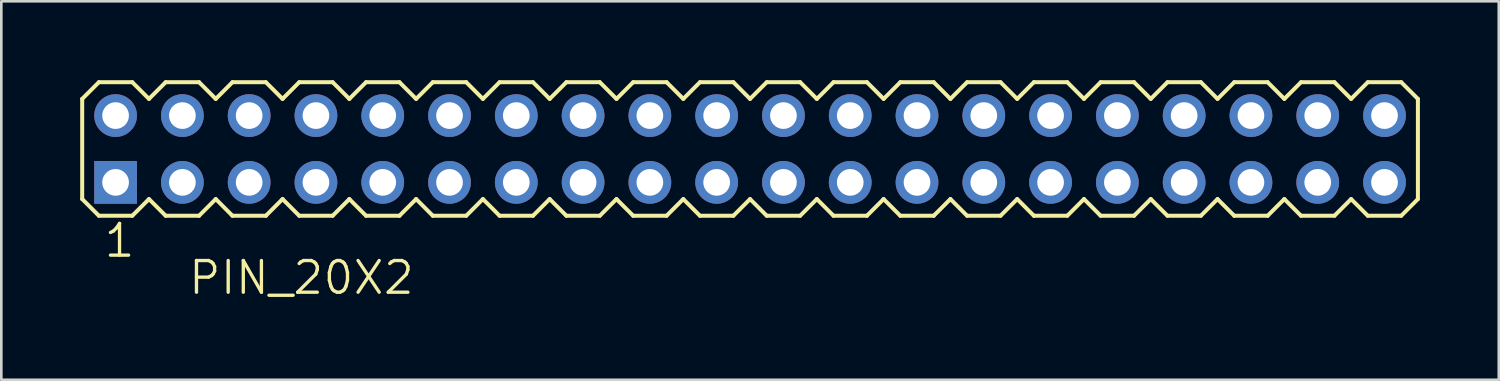
<source format=kicad_pcb>
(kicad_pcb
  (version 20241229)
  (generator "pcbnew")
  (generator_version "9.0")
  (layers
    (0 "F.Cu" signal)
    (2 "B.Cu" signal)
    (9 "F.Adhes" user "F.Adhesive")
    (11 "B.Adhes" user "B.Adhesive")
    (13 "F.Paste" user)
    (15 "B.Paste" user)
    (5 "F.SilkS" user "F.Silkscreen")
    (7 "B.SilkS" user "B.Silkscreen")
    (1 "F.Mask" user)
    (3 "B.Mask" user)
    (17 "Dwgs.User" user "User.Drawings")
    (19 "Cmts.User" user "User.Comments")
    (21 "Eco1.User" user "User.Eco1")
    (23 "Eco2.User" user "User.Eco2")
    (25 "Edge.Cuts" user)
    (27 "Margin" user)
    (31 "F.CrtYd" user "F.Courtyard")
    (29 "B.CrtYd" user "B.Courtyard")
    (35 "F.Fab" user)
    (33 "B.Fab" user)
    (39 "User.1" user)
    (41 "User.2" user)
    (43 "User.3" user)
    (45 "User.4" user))
  (footprint "PIN_20X2"
    (layer "F.Cu")
    (at 25.476 2.616)
    (property "Reference" "PIN_20X2" (at -12.7 4.191 0) (layer "F.SilkS") (effects (font (size 1.206 1.206) (thickness 0.127)) (justify right top)))
    (attr through_hole)
    (fp_line (start -25.4 -1.905) (end -25.4 1.905) (stroke (width 0.152) (type solid)) (layer "F.SilkS"))
    (fp_line (start -25.4 1.905) (end -24.765 2.54) (stroke (width 0.152) (type solid)) (layer "F.SilkS"))
    (fp_line (start -24.765 -2.54) (end -25.4 -1.905) (stroke (width 0.152) (type solid)) (layer "F.SilkS"))
    (fp_line (start -24.765 -2.54) (end -23.495 -2.54) (stroke (width 0.152) (type solid)) (layer "F.SilkS"))
    (fp_line (start -23.495 -2.54) (end -22.86 -1.905) (stroke (width 0.152) (type solid)) (layer "F.SilkS"))
    (fp_line (start -23.495 2.54) (end -24.765 2.54) (stroke (width 0.152) (type solid)) (layer "F.SilkS"))
    (fp_line (start -22.86 -1.905) (end -22.225 -2.54) (stroke (width 0.152) (type solid)) (layer "F.SilkS"))
    (fp_line (start -22.86 1.905) (end -23.495 2.54) (stroke (width 0.152) (type solid)) (layer "F.SilkS"))
    (fp_line (start -22.225 -2.54) (end -20.955 -2.54) (stroke (width 0.152) (type solid)) (layer "F.SilkS"))
    (fp_line (start -22.225 2.54) (end -22.86 1.905) (stroke (width 0.152) (type solid)) (layer "F.SilkS"))
    (fp_line (start -20.955 -2.54) (end -20.32 -1.905) (stroke (width 0.152) (type solid)) (layer "F.SilkS"))
    (fp_line (start -20.955 2.54) (end -22.225 2.54) (stroke (width 0.152) (type solid)) (layer "F.SilkS"))
    (fp_line (start -20.32 -1.905) (end -19.685 -2.54) (stroke (width 0.152) (type solid)) (layer "F.SilkS"))
    (fp_line (start -20.32 1.905) (end -20.955 2.54) (stroke (width 0.152) (type solid)) (layer "F.SilkS"))
    (fp_line (start -19.685 -2.54) (end -18.415 -2.54) (stroke (width 0.152) (type solid)) (layer "F.SilkS"))
    (fp_line (start -19.685 2.54) (end -20.32 1.905) (stroke (width 0.152) (type solid)) (layer "F.SilkS"))
    (fp_line (start -18.415 -2.54) (end -17.78 -1.905) (stroke (width 0.152) (type solid)) (layer "F.SilkS"))
    (fp_line (start -18.415 2.54) (end -19.685 2.54) (stroke (width 0.152) (type solid)) (layer "F.SilkS"))
    (fp_line (start -17.78 1.905) (end -18.415 2.54) (stroke (width 0.152) (type solid)) (layer "F.SilkS"))
    (fp_line (start -17.78 1.905) (end -17.145 2.54) (stroke (width 0.152) (type solid)) (layer "F.SilkS"))
    (fp_line (start -17.145 -2.54) (end -17.78 -1.905) (stroke (width 0.152) (type solid)) (layer "F.SilkS"))
    (fp_line (start -17.145 -2.54) (end -15.875 -2.54) (stroke (width 0.152) (type solid)) (layer "F.SilkS"))
    (fp_line (start -15.875 -2.54) (end -15.24 -1.905) (stroke (width 0.152) (type solid)) (layer "F.SilkS"))
    (fp_line (start -15.875 2.54) (end -17.145 2.54) (stroke (width 0.152) (type solid)) (layer "F.SilkS"))
    (fp_line (start -15.24 -1.905) (end -14.605 -2.54) (stroke (width 0.152) (type solid)) (layer "F.SilkS"))
    (fp_line (start -15.24 1.905) (end -15.875 2.54) (stroke (width 0.152) (type solid)) (layer "F.SilkS"))
    (fp_line (start -14.605 -2.54) (end -13.335 -2.54) (stroke (width 0.152) (type solid)) (layer "F.SilkS"))
    (fp_line (start -14.605 2.54) (end -15.24 1.905) (stroke (width 0.152) (type solid)) (layer "F.SilkS"))
    (fp_line (start -13.335 -2.54) (end -12.7 -1.905) (stroke (width 0.152) (type solid)) (layer "F.SilkS"))
    (fp_line (start -13.335 2.54) (end -14.605 2.54) (stroke (width 0.152) (type solid)) (layer "F.SilkS"))
    (fp_line (start -12.7 -1.905) (end -12.065 -2.54) (stroke (width 0.152) (type solid)) (layer "F.SilkS"))
    (fp_line (start -12.7 1.905) (end -13.335 2.54) (stroke (width 0.152) (type solid)) (layer "F.SilkS"))
    (fp_line (start -12.065 -2.54) (end -10.795 -2.54) (stroke (width 0.152) (type solid)) (layer "F.SilkS"))
    (fp_line (start -12.065 2.54) (end -12.7 1.905) (stroke (width 0.152) (type solid)) (layer "F.SilkS"))
    (fp_line (start -10.795 -2.54) (end -10.16 -1.905) (stroke (width 0.152) (type solid)) (layer "F.SilkS"))
    (fp_line (start -10.795 2.54) (end -12.065 2.54) (stroke (width 0.152) (type solid)) (layer "F.SilkS"))
    (fp_line (start -10.16 -1.905) (end -9.525 -2.54) (stroke (width 0.152) (type solid)) (layer "F.SilkS"))
    (fp_line (start -10.16 1.905) (end -10.795 2.54) (stroke (width 0.152) (type solid)) (layer "F.SilkS"))
    (fp_line (start -9.525 -2.54) (end -8.255 -2.54) (stroke (width 0.152) (type solid)) (layer "F.SilkS"))
    (fp_line (start -9.525 2.54) (end -10.16 1.905) (stroke (width 0.152) (type solid)) (layer "F.SilkS"))
    (fp_line (start -8.255 -2.54) (end -7.62 -1.905) (stroke (width 0.152) (type solid)) (layer "F.SilkS"))
    (fp_line (start -8.255 2.54) (end -9.525 2.54) (stroke (width 0.152) (type solid)) (layer "F.SilkS"))
    (fp_line (start -7.62 1.905) (end -8.255 2.54) (stroke (width 0.152) (type solid)) (layer "F.SilkS"))
    (fp_line (start -7.62 1.905) (end -6.985 2.54) (stroke (width 0.152) (type solid)) (layer "F.SilkS"))
    (fp_line (start -6.985 -2.54) (end -7.62 -1.905) (stroke (width 0.152) (type solid)) (layer "F.SilkS"))
    (fp_line (start -6.985 -2.54) (end -5.715 -2.54) (stroke (width 0.152) (type solid)) (layer "F.SilkS"))
    (fp_line (start -5.715 -2.54) (end -5.08 -1.905) (stroke (width 0.152) (type solid)) (layer "F.SilkS"))
    (fp_line (start -5.715 2.54) (end -6.985 2.54) (stroke (width 0.152) (type solid)) (layer "F.SilkS"))
    (fp_line (start -5.08 -1.905) (end -4.445 -2.54) (stroke (width 0.152) (type solid)) (layer "F.SilkS"))
    (fp_line (start -5.08 1.905) (end -5.715 2.54) (stroke (width 0.152) (type solid)) (layer "F.SilkS"))
    (fp_line (start -4.445 -2.54) (end -3.175 -2.54) (stroke (width 0.152) (type solid)) (layer "F.SilkS"))
    (fp_line (start -4.445 2.54) (end -5.08 1.905) (stroke (width 0.152) (type solid)) (layer "F.SilkS"))
    (fp_line (start -3.175 -2.54) (end -2.54 -1.905) (stroke (width 0.152) (type solid)) (layer "F.SilkS"))
    (fp_line (start -3.175 2.54) (end -4.445 2.54) (stroke (width 0.152) (type solid)) (layer "F.SilkS"))
    (fp_line (start -2.54 -1.905) (end -1.905 -2.54) (stroke (width 0.152) (type solid)) (layer "F.SilkS"))
    (fp_line (start -2.54 1.905) (end -3.175 2.54) (stroke (width 0.152) (type solid)) (layer "F.SilkS"))
    (fp_line (start -1.905 -2.54) (end -0.635 -2.54) (stroke (width 0.152) (type solid)) (layer "F.SilkS"))
    (fp_line (start -1.905 2.54) (end -2.54 1.905) (stroke (width 0.152) (type solid)) (layer "F.SilkS"))
    (fp_line (start -0.635 -2.54) (end 0 -1.905) (stroke (width 0.152) (type solid)) (layer "F.SilkS"))
    (fp_line (start -0.635 2.54) (end -1.905 2.54) (stroke (width 0.152) (type solid)) (layer "F.SilkS"))
    (fp_line (start 0 1.905) (end -0.635 2.54) (stroke (width 0.152) (type solid)) (layer "F.SilkS"))
    (fp_line (start 0 1.905) (end 0.635 2.54) (stroke (width 0.152) (type solid)) (layer "F.SilkS"))
    (fp_line (start 0.635 -2.54) (end 0 -1.905) (stroke (width 0.152) (type solid)) (layer "F.SilkS"))
    (fp_line (start 0.635 -2.54) (end 1.905 -2.54) (stroke (width 0.152) (type solid)) (layer "F.SilkS"))
    (fp_line (start 1.905 -2.54) (end 2.54 -1.905) (stroke (width 0.152) (type solid)) (layer "F.SilkS"))
    (fp_line (start 1.905 2.54) (end 0.635 2.54) (stroke (width 0.152) (type solid)) (layer "F.SilkS"))
    (fp_line (start 2.54 -1.905) (end 3.175 -2.54) (stroke (width 0.152) (type solid)) (layer "F.SilkS"))
    (fp_line (start 2.54 1.905) (end 1.905 2.54) (stroke (width 0.152) (type solid)) (layer "F.SilkS"))
    (fp_line (start 3.175 -2.54) (end 4.445 -2.54) (stroke (width 0.152) (type solid)) (layer "F.SilkS"))
    (fp_line (start 3.175 2.54) (end 2.54 1.905) (stroke (width 0.152) (type solid)) (layer "F.SilkS"))
    (fp_line (start 4.445 -2.54) (end 5.08 -1.905) (stroke (width 0.152) (type solid)) (layer "F.SilkS"))
    (fp_line (start 4.445 2.54) (end 3.175 2.54) (stroke (width 0.152) (type solid)) (layer "F.SilkS"))
    (fp_line (start 5.08 -1.905) (end 5.715 -2.54) (stroke (width 0.152) (type solid)) (layer "F.SilkS"))
    (fp_line (start 5.08 1.905) (end 4.445 2.54) (stroke (width 0.152) (type solid)) (layer "F.SilkS"))
    (fp_line (start 5.715 -2.54) (end 6.985 -2.54) (stroke (width 0.152) (type solid)) (layer "F.SilkS"))
    (fp_line (start 5.715 2.54) (end 5.08 1.905) (stroke (width 0.152) (type solid)) (layer "F.SilkS"))
    (fp_line (start 6.985 -2.54) (end 7.62 -1.905) (stroke (width 0.152) (type solid)) (layer "F.SilkS"))
    (fp_line (start 6.985 2.54) (end 5.715 2.54) (stroke (width 0.152) (type solid)) (layer "F.SilkS"))
    (fp_line (start 7.62 -1.905) (end 8.255 -2.54) (stroke (width 0.152) (type solid)) (layer "F.SilkS"))
    (fp_line (start 7.62 1.905) (end 6.985 2.54) (stroke (width 0.152) (type solid)) (layer "F.SilkS"))
    (fp_line (start 8.255 -2.54) (end 9.525 -2.54) (stroke (width 0.152) (type solid)) (layer "F.SilkS"))
    (fp_line (start 8.255 2.54) (end 7.62 1.905) (stroke (width 0.152) (type solid)) (layer "F.SilkS"))
    (fp_line (start 9.525 -2.54) (end 10.16 -1.905) (stroke (width 0.152) (type solid)) (layer "F.SilkS"))
    (fp_line (start 9.525 2.54) (end 8.255 2.54) (stroke (width 0.152) (type solid)) (layer "F.SilkS"))
    (fp_line (start 10.16 1.905) (end 9.525 2.54) (stroke (width 0.152) (type solid)) (layer "F.SilkS"))
    (fp_line (start 10.16 1.905) (end 10.795 2.54) (stroke (width 0.152) (type solid)) (layer "F.SilkS"))
    (fp_line (start 10.795 -2.54) (end 10.16 -1.905) (stroke (width 0.152) (type solid)) (layer "F.SilkS"))
    (fp_line (start 10.795 -2.54) (end 12.065 -2.54) (stroke (width 0.152) (type solid)) (layer "F.SilkS"))
    (fp_line (start 12.065 -2.54) (end 12.7 -1.905) (stroke (width 0.152) (type solid)) (layer "F.SilkS"))
    (fp_line (start 12.065 2.54) (end 10.795 2.54) (stroke (width 0.152) (type solid)) (layer "F.SilkS"))
    (fp_line (start 12.7 -1.905) (end 13.335 -2.54) (stroke (width 0.152) (type solid)) (layer "F.SilkS"))
    (fp_line (start 12.7 1.905) (end 12.065 2.54) (stroke (width 0.152) (type solid)) (layer "F.SilkS"))
    (fp_line (start 13.335 -2.54) (end 14.605 -2.54) (stroke (width 0.152) (type solid)) (layer "F.SilkS"))
    (fp_line (start 13.335 2.54) (end 12.7 1.905) (stroke (width 0.152) (type solid)) (layer "F.SilkS"))
    (fp_line (start 14.605 -2.54) (end 15.24 -1.905) (stroke (width 0.152) (type solid)) (layer "F.SilkS"))
    (fp_line (start 14.605 2.54) (end 13.335 2.54) (stroke (width 0.152) (type solid)) (layer "F.SilkS"))
    (fp_line (start 15.24 -1.905) (end 15.875 -2.54) (stroke (width 0.152) (type solid)) (layer "F.SilkS"))
    (fp_line (start 15.24 1.905) (end 14.605 2.54) (stroke (width 0.152) (type solid)) (layer "F.SilkS"))
    (fp_line (start 15.875 -2.54) (end 17.145 -2.54) (stroke (width 0.152) (type solid)) (layer "F.SilkS"))
    (fp_line (start 15.875 2.54) (end 15.24 1.905) (stroke (width 0.152) (type solid)) (layer "F.SilkS"))
    (fp_line (start 17.145 -2.54) (end 17.78 -1.905) (stroke (width 0.152) (type solid)) (layer "F.SilkS"))
    (fp_line (start 17.145 2.54) (end 15.875 2.54) (stroke (width 0.152) (type solid)) (layer "F.SilkS"))
    (fp_line (start 17.78 1.905) (end 17.145 2.54) (stroke (width 0.152) (type solid)) (layer "F.SilkS"))
    (fp_line (start 17.78 1.905) (end 18.415 2.54) (stroke (width 0.152) (type solid)) (layer "F.SilkS"))
    (fp_line (start 18.415 -2.54) (end 17.78 -1.905) (stroke (width 0.152) (type solid)) (layer "F.SilkS"))
    (fp_line (start 18.415 -2.54) (end 19.685 -2.54) (stroke (width 0.152) (type solid)) (layer "F.SilkS"))
    (fp_line (start 19.685 -2.54) (end 20.32 -1.905) (stroke (width 0.152) (type solid)) (layer "F.SilkS"))
    (fp_line (start 19.685 2.54) (end 18.415 2.54) (stroke (width 0.152) (type solid)) (layer "F.SilkS"))
    (fp_line (start 20.32 -1.905) (end 20.955 -2.54) (stroke (width 0.152) (type solid)) (layer "F.SilkS"))
    (fp_line (start 20.32 1.905) (end 19.685 2.54) (stroke (width 0.152) (type solid)) (layer "F.SilkS"))
    (fp_line (start 20.955 -2.54) (end 22.225 -2.54) (stroke (width 0.152) (type solid)) (layer "F.SilkS"))
    (fp_line (start 20.955 2.54) (end 20.32 1.905) (stroke (width 0.152) (type solid)) (layer "F.SilkS"))
    (fp_line (start 22.225 -2.54) (end 22.86 -1.905) (stroke (width 0.152) (type solid)) (layer "F.SilkS"))
    (fp_line (start 22.225 2.54) (end 20.955 2.54) (stroke (width 0.152) (type solid)) (layer "F.SilkS"))
    (fp_line (start 22.86 -1.905) (end 23.495 -2.54) (stroke (width 0.152) (type solid)) (layer "F.SilkS"))
    (fp_line (start 22.86 1.905) (end 22.225 2.54) (stroke (width 0.152) (type solid)) (layer "F.SilkS"))
    (fp_line (start 23.495 -2.54) (end 24.765 -2.54) (stroke (width 0.152) (type solid)) (layer "F.SilkS"))
    (fp_line (start 23.495 2.54) (end 22.86 1.905) (stroke (width 0.152) (type solid)) (layer "F.SilkS"))
    (fp_line (start 24.765 -2.54) (end 25.4 -1.905) (stroke (width 0.152) (type solid)) (layer "F.SilkS"))
    (fp_line (start 24.765 2.54) (end 23.495 2.54) (stroke (width 0.152) (type solid)) (layer "F.SilkS"))
    (fp_line (start 25.4 -1.905) (end 25.4 1.905) (stroke (width 0.152) (type solid)) (layer "F.SilkS"))
    (fp_line (start 25.4 1.905) (end 24.765 2.54) (stroke (width 0.152) (type solid)) (layer "F.SilkS"))
    (fp_poly (pts (xy -24.384 -1.016) (xy -23.876 -1.016) (xy -23.876 -1.524) (xy -24.384 -1.524)) (stroke (width 0.1) (type solid)) (fill no) (layer "F.Fab"))
    (fp_poly (pts (xy -24.384 1.524) (xy -23.876 1.524) (xy -23.876 1.016) (xy -24.384 1.016)) (stroke (width 0.1) (type solid)) (fill no) (layer "F.Fab"))
    (fp_poly (pts (xy -21.844 -1.016) (xy -21.336 -1.016) (xy -21.336 -1.524) (xy -21.844 -1.524)) (stroke (width 0.1) (type solid)) (fill no) (layer "F.Fab"))
    (fp_poly (pts (xy -21.844 1.524) (xy -21.336 1.524) (xy -21.336 1.016) (xy -21.844 1.016)) (stroke (width 0.1) (type solid)) (fill no) (layer "F.Fab"))
    (fp_poly (pts (xy -19.304 -1.016) (xy -18.796 -1.016) (xy -18.796 -1.524) (xy -19.304 -1.524)) (stroke (width 0.1) (type solid)) (fill no) (layer "F.Fab"))
    (fp_poly (pts (xy -19.304 1.524) (xy -18.796 1.524) (xy -18.796 1.016) (xy -19.304 1.016)) (stroke (width 0.1) (type solid)) (fill no) (layer "F.Fab"))
    (fp_poly (pts (xy -16.764 -1.016) (xy -16.256 -1.016) (xy -16.256 -1.524) (xy -16.764 -1.524)) (stroke (width 0.1) (type solid)) (fill no) (layer "F.Fab"))
    (fp_poly (pts (xy -16.764 1.524) (xy -16.256 1.524) (xy -16.256 1.016) (xy -16.764 1.016)) (stroke (width 0.1) (type solid)) (fill no) (layer "F.Fab"))
    (fp_poly (pts (xy -14.224 -1.016) (xy -13.716 -1.016) (xy -13.716 -1.524) (xy -14.224 -1.524)) (stroke (width 0.1) (type solid)) (fill no) (layer "F.Fab"))
    (fp_poly (pts (xy -14.224 1.524) (xy -13.716 1.524) (xy -13.716 1.016) (xy -14.224 1.016)) (stroke (width 0.1) (type solid)) (fill no) (layer "F.Fab"))
    (fp_poly (pts (xy -11.684 -1.016) (xy -11.176 -1.016) (xy -11.176 -1.524) (xy -11.684 -1.524)) (stroke (width 0.1) (type solid)) (fill no) (layer "F.Fab"))
    (fp_poly (pts (xy -11.684 1.524) (xy -11.176 1.524) (xy -11.176 1.016) (xy -11.684 1.016)) (stroke (width 0.1) (type solid)) (fill no) (layer "F.Fab"))
    (fp_poly (pts (xy -9.144 -1.016) (xy -8.636 -1.016) (xy -8.636 -1.524) (xy -9.144 -1.524)) (stroke (width 0.1) (type solid)) (fill no) (layer "F.Fab"))
    (fp_poly (pts (xy -9.144 1.524) (xy -8.636 1.524) (xy -8.636 1.016) (xy -9.144 1.016)) (stroke (width 0.1) (type solid)) (fill no) (layer "F.Fab"))
    (fp_poly (pts (xy -6.604 -1.016) (xy -6.096 -1.016) (xy -6.096 -1.524) (xy -6.604 -1.524)) (stroke (width 0.1) (type solid)) (fill no) (layer "F.Fab"))
    (fp_poly (pts (xy -6.604 1.524) (xy -6.096 1.524) (xy -6.096 1.016) (xy -6.604 1.016)) (stroke (width 0.1) (type solid)) (fill no) (layer "F.Fab"))
    (fp_poly (pts (xy -4.064 -1.016) (xy -3.556 -1.016) (xy -3.556 -1.524) (xy -4.064 -1.524)) (stroke (width 0.1) (type solid)) (fill no) (layer "F.Fab"))
    (fp_poly (pts (xy -4.064 1.524) (xy -3.556 1.524) (xy -3.556 1.016) (xy -4.064 1.016)) (stroke (width 0.1) (type solid)) (fill no) (layer "F.Fab"))
    (fp_poly (pts (xy -1.524 -1.016) (xy -1.016 -1.016) (xy -1.016 -1.524) (xy -1.524 -1.524)) (stroke (width 0.1) (type solid)) (fill no) (layer "F.Fab"))
    (fp_poly (pts (xy -1.524 1.524) (xy -1.016 1.524) (xy -1.016 1.016) (xy -1.524 1.016)) (stroke (width 0.1) (type solid)) (fill no) (layer "F.Fab"))
    (fp_poly (pts (xy 1.016 -1.016) (xy 1.524 -1.016) (xy 1.524 -1.524) (xy 1.016 -1.524)) (stroke (width 0.1) (type solid)) (fill no) (layer "F.Fab"))
    (fp_poly (pts (xy 1.016 1.524) (xy 1.524 1.524) (xy 1.524 1.016) (xy 1.016 1.016)) (stroke (width 0.1) (type solid)) (fill no) (layer "F.Fab"))
    (fp_poly (pts (xy 3.556 -1.016) (xy 4.064 -1.016) (xy 4.064 -1.524) (xy 3.556 -1.524)) (stroke (width 0.1) (type solid)) (fill no) (layer "F.Fab"))
    (fp_poly (pts (xy 3.556 1.524) (xy 4.064 1.524) (xy 4.064 1.016) (xy 3.556 1.016)) (stroke (width 0.1) (type solid)) (fill no) (layer "F.Fab"))
    (fp_poly (pts (xy 6.096 -1.016) (xy 6.604 -1.016) (xy 6.604 -1.524) (xy 6.096 -1.524)) (stroke (width 0.1) (type solid)) (fill no) (layer "F.Fab"))
    (fp_poly (pts (xy 6.096 1.524) (xy 6.604 1.524) (xy 6.604 1.016) (xy 6.096 1.016)) (stroke (width 0.1) (type solid)) (fill no) (layer "F.Fab"))
    (fp_poly (pts (xy 8.636 -1.016) (xy 9.144 -1.016) (xy 9.144 -1.524) (xy 8.636 -1.524)) (stroke (width 0.1) (type solid)) (fill no) (layer "F.Fab"))
    (fp_poly (pts (xy 8.636 1.524) (xy 9.144 1.524) (xy 9.144 1.016) (xy 8.636 1.016)) (stroke (width 0.1) (type solid)) (fill no) (layer "F.Fab"))
    (fp_poly (pts (xy 11.176 -1.016) (xy 11.684 -1.016) (xy 11.684 -1.524) (xy 11.176 -1.524)) (stroke (width 0.1) (type solid)) (fill no) (layer "F.Fab"))
    (fp_poly (pts (xy 11.176 1.524) (xy 11.684 1.524) (xy 11.684 1.016) (xy 11.176 1.016)) (stroke (width 0.1) (type solid)) (fill no) (layer "F.Fab"))
    (fp_poly (pts (xy 13.716 -1.016) (xy 14.224 -1.016) (xy 14.224 -1.524) (xy 13.716 -1.524)) (stroke (width 0.1) (type solid)) (fill no) (layer "F.Fab"))
    (fp_poly (pts (xy 13.716 1.524) (xy 14.224 1.524) (xy 14.224 1.016) (xy 13.716 1.016)) (stroke (width 0.1) (type solid)) (fill no) (layer "F.Fab"))
    (fp_poly (pts (xy 16.256 -1.016) (xy 16.764 -1.016) (xy 16.764 -1.524) (xy 16.256 -1.524)) (stroke (width 0.1) (type solid)) (fill no) (layer "F.Fab"))
    (fp_poly (pts (xy 16.256 1.524) (xy 16.764 1.524) (xy 16.764 1.016) (xy 16.256 1.016)) (stroke (width 0.1) (type solid)) (fill no) (layer "F.Fab"))
    (fp_poly (pts (xy 18.796 -1.016) (xy 19.304 -1.016) (xy 19.304 -1.524) (xy 18.796 -1.524)) (stroke (width 0.1) (type solid)) (fill no) (layer "F.Fab"))
    (fp_poly (pts (xy 18.796 1.524) (xy 19.304 1.524) (xy 19.304 1.016) (xy 18.796 1.016)) (stroke (width 0.1) (type solid)) (fill no) (layer "F.Fab"))
    (fp_poly (pts (xy 21.336 -1.016) (xy 21.844 -1.016) (xy 21.844 -1.524) (xy 21.336 -1.524)) (stroke (width 0.1) (type solid)) (fill no) (layer "F.Fab"))
    (fp_poly (pts (xy 21.336 1.524) (xy 21.844 1.524) (xy 21.844 1.016) (xy 21.336 1.016)) (stroke (width 0.1) (type solid)) (fill no) (layer "F.Fab"))
    (fp_poly (pts (xy 23.876 -1.016) (xy 24.384 -1.016) (xy 24.384 -1.524) (xy 23.876 -1.524)) (stroke (width 0.1) (type solid)) (fill no) (layer "F.Fab"))
    (fp_poly (pts (xy 23.876 1.524) (xy 24.384 1.524) (xy 24.384 1.016) (xy 23.876 1.016)) (stroke (width 0.1) (type solid)) (fill no) (layer "F.Fab"))
    (fp_text user "1" (at -24.638 4.191 0) (layer "F.SilkS") (effects (font (size 1.206 1.206) (thickness 0.127)) (justify left bottom)))
    (pad "1" thru_hole rect (at -24.13 1.27) (size 1.626 1.626) (drill 1.016) (layers "*.Cu" "*.Mask"))
    (pad "2" thru_hole circle (at -24.13 -1.27) (size 1.626 1.626) (drill 1.016) (layers "*.Cu" "*.Mask"))
    (pad "3" thru_hole circle (at -21.59 1.27) (size 1.626 1.626) (drill 1.016) (layers "*.Cu" "*.Mask"))
    (pad "4" thru_hole circle (at -21.59 -1.27) (size 1.626 1.626) (drill 1.016) (layers "*.Cu" "*.Mask"))
    (pad "5" thru_hole circle (at -19.05 1.27) (size 1.626 1.626) (drill 1.016) (layers "*.Cu" "*.Mask"))
    (pad "6" thru_hole circle (at -19.05 -1.27) (size 1.626 1.626) (drill 1.016) (layers "*.Cu" "*.Mask"))
    (pad "7" thru_hole circle (at -16.51 1.27) (size 1.626 1.626) (drill 1.016) (layers "*.Cu" "*.Mask"))
    (pad "8" thru_hole circle (at -16.51 -1.27) (size 1.626 1.626) (drill 1.016) (layers "*.Cu" "*.Mask"))
    (pad "9" thru_hole circle (at -13.97 1.27) (size 1.626 1.626) (drill 1.016) (layers "*.Cu" "*.Mask"))
    (pad "10" thru_hole circle (at -13.97 -1.27) (size 1.626 1.626) (drill 1.016) (layers "*.Cu" "*.Mask"))
    (pad "11" thru_hole circle (at -11.43 1.27) (size 1.626 1.626) (drill 1.016) (layers "*.Cu" "*.Mask"))
    (pad "12" thru_hole circle (at -11.43 -1.27) (size 1.626 1.626) (drill 1.016) (layers "*.Cu" "*.Mask"))
    (pad "13" thru_hole circle (at -8.89 1.27) (size 1.626 1.626) (drill 1.016) (layers "*.Cu" "*.Mask"))
    (pad "14" thru_hole circle (at -8.89 -1.27) (size 1.626 1.626) (drill 1.016) (layers "*.Cu" "*.Mask"))
    (pad "15" thru_hole circle (at -6.35 1.27) (size 1.626 1.626) (drill 1.016) (layers "*.Cu" "*.Mask"))
    (pad "16" thru_hole circle (at -6.35 -1.27) (size 1.626 1.626) (drill 1.016) (layers "*.Cu" "*.Mask"))
    (pad "17" thru_hole circle (at -3.81 1.27) (size 1.626 1.626) (drill 1.016) (layers "*.Cu" "*.Mask"))
    (pad "18" thru_hole circle (at -3.81 -1.27) (size 1.626 1.626) (drill 1.016) (layers "*.Cu" "*.Mask"))
    (pad "19" thru_hole circle (at -1.27 1.27) (size 1.626 1.626) (drill 1.016) (layers "*.Cu" "*.Mask"))
    (pad "20" thru_hole circle (at -1.27 -1.27) (size 1.626 1.626) (drill 1.016) (layers "*.Cu" "*.Mask"))
    (pad "21" thru_hole circle (at 1.27 1.27) (size 1.626 1.626) (drill 1.016) (layers "*.Cu" "*.Mask"))
    (pad "22" thru_hole circle (at 1.27 -1.27) (size 1.626 1.626) (drill 1.016) (layers "*.Cu" "*.Mask"))
    (pad "23" thru_hole circle (at 3.81 1.27) (size 1.626 1.626) (drill 1.016) (layers "*.Cu" "*.Mask"))
    (pad "24" thru_hole circle (at 3.81 -1.27) (size 1.626 1.626) (drill 1.016) (layers "*.Cu" "*.Mask"))
    (pad "25" thru_hole circle (at 6.35 1.27) (size 1.626 1.626) (drill 1.016) (layers "*.Cu" "*.Mask"))
    (pad "26" thru_hole circle (at 6.35 -1.27) (size 1.626 1.626) (drill 1.016) (layers "*.Cu" "*.Mask"))
    (pad "27" thru_hole circle (at 8.89 1.27) (size 1.626 1.626) (drill 1.016) (layers "*.Cu" "*.Mask"))
    (pad "28" thru_hole circle (at 8.89 -1.27) (size 1.626 1.626) (drill 1.016) (layers "*.Cu" "*.Mask"))
    (pad "29" thru_hole circle (at 11.43 1.27) (size 1.626 1.626) (drill 1.016) (layers "*.Cu" "*.Mask"))
    (pad "30" thru_hole circle (at 11.43 -1.27) (size 1.626 1.626) (drill 1.016) (layers "*.Cu" "*.Mask"))
    (pad "31" thru_hole circle (at 13.97 1.27) (size 1.626 1.626) (drill 1.016) (layers "*.Cu" "*.Mask"))
    (pad "32" thru_hole circle (at 13.97 -1.27) (size 1.626 1.626) (drill 1.016) (layers "*.Cu" "*.Mask"))
    (pad "33" thru_hole circle (at 16.51 1.27) (size 1.626 1.626) (drill 1.016) (layers "*.Cu" "*.Mask"))
    (pad "34" thru_hole circle (at 16.51 -1.27) (size 1.626 1.626) (drill 1.016) (layers "*.Cu" "*.Mask"))
    (pad "35" thru_hole circle (at 19.05 1.27) (size 1.626 1.626) (drill 1.016) (layers "*.Cu" "*.Mask"))
    (pad "36" thru_hole circle (at 19.05 -1.27) (size 1.626 1.626) (drill 1.016) (layers "*.Cu" "*.Mask"))
    (pad "37" thru_hole circle (at 21.59 1.27) (size 1.626 1.626) (drill 1.016) (layers "*.Cu" "*.Mask"))
    (pad "38" thru_hole circle (at 21.59 -1.27) (size 1.626 1.626) (drill 1.016) (layers "*.Cu" "*.Mask"))
    (pad "39" thru_hole circle (at 24.13 1.27) (size 1.626 1.626) (drill 1.016) (layers "*.Cu" "*.Mask"))
    (pad "40" thru_hole circle (at 24.13 -1.27) (size 1.626 1.626) (drill 1.016) (layers "*.Cu" "*.Mask")))
  (gr_rect
    (start -3 -3)
    (end 53.952 11.395)
    (stroke (width 0.1) (type default))
    (fill no)
    (layer "Edge.Cuts")))
</source>
